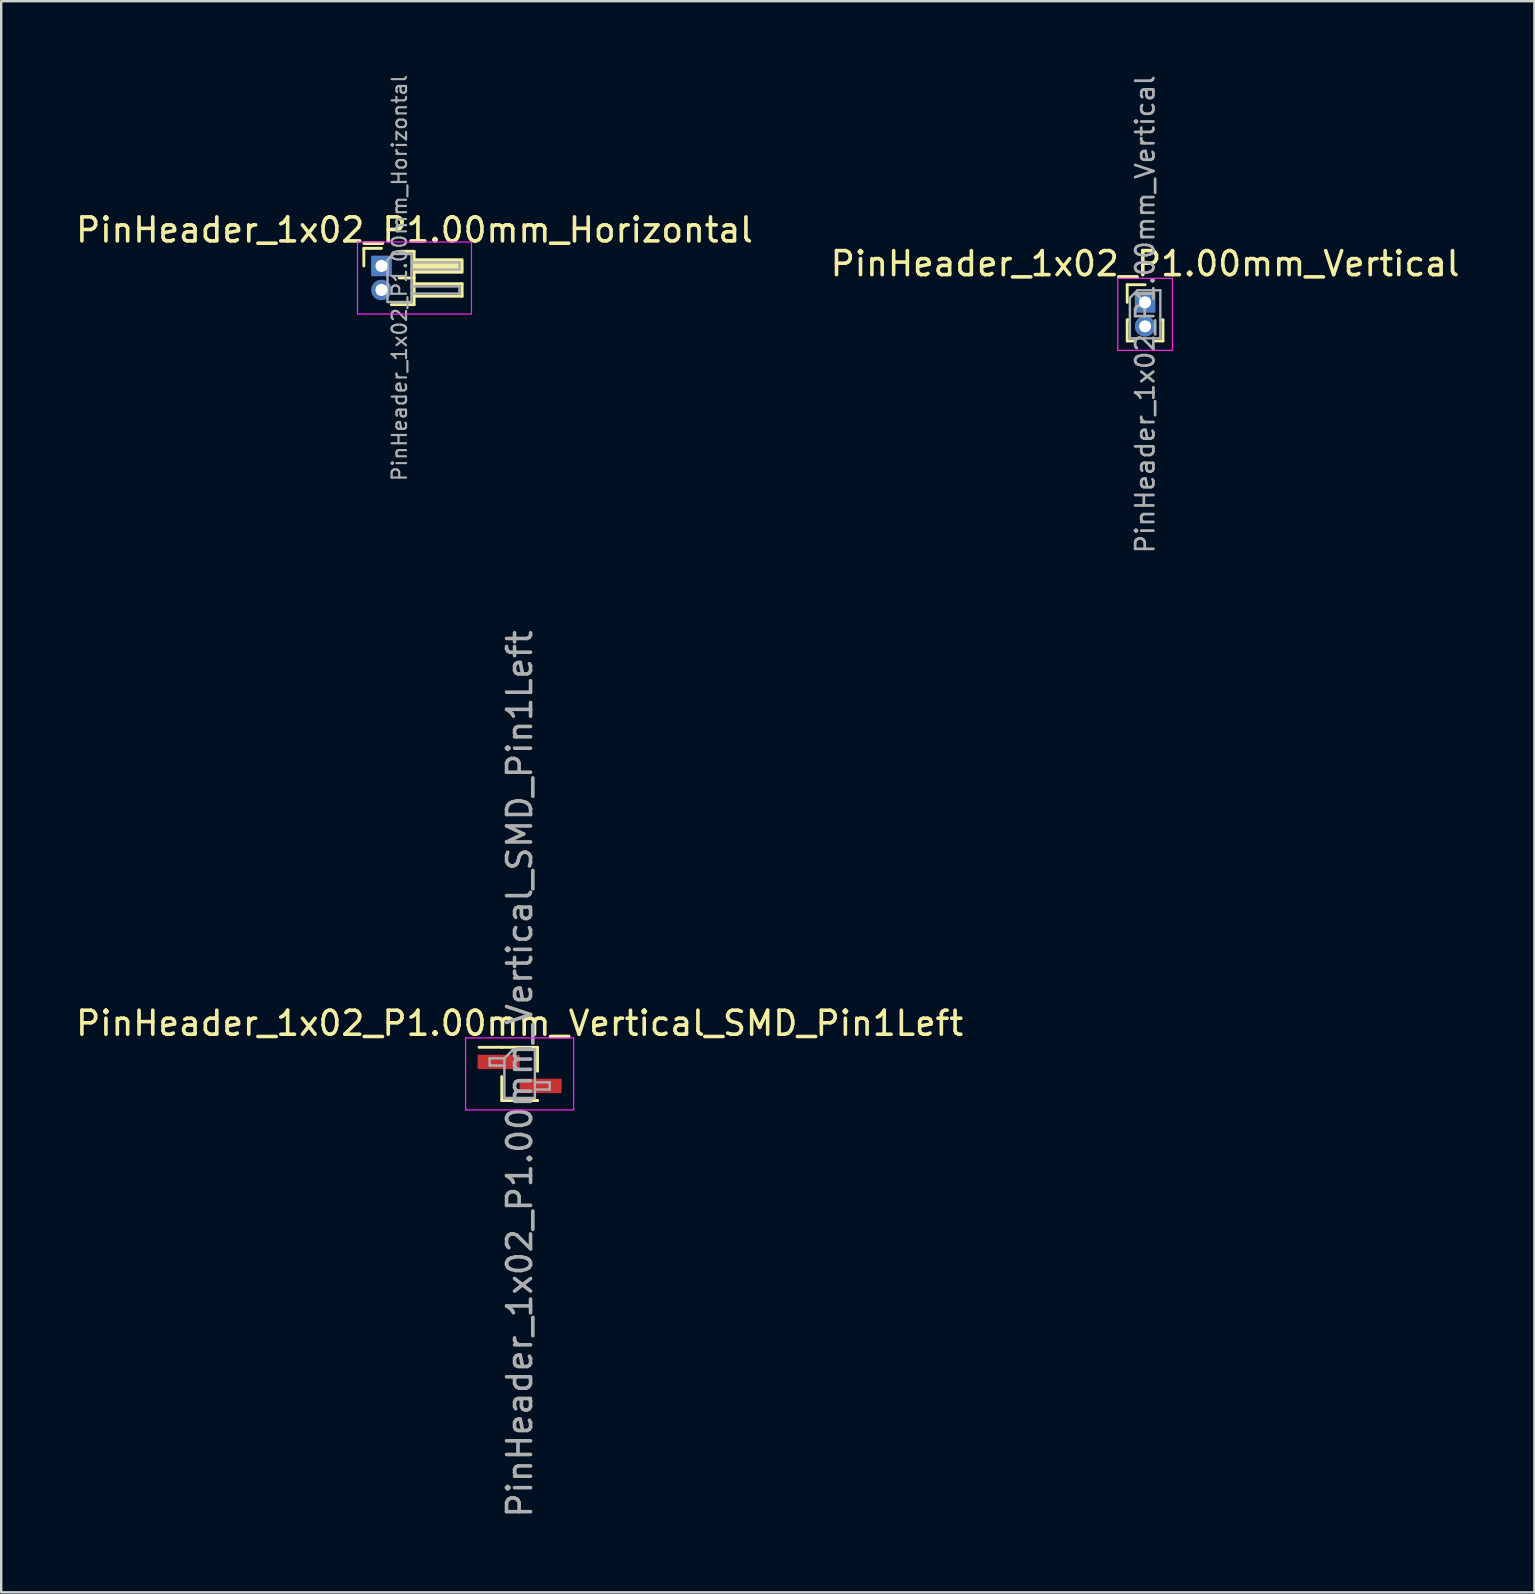
<source format=kicad_pcb>
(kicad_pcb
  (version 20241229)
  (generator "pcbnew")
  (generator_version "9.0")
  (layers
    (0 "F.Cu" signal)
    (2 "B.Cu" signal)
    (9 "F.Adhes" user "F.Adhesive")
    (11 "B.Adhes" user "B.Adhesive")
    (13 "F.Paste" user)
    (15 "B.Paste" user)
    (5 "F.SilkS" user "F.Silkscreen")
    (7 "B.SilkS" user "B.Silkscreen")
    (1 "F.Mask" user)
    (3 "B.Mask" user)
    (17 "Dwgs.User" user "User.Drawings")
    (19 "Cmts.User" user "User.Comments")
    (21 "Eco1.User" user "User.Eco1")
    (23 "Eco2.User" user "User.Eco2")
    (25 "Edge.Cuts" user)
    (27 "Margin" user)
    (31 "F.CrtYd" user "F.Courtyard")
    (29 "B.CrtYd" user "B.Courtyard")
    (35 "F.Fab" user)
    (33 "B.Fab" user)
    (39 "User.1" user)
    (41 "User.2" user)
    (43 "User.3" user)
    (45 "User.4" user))
  (footprint "PinHeader_1x02_P1.00mm_Vertical"
    (layer "F.Cu")
    (at 44.661 9.547)
    (property "Reference" "PinHeader_1x02_P1.00mm_Vertical" (at 0 -1.61 0) (layer "F.SilkS") (effects (font (size 1 1) (thickness 0.15))))
    (attr through_hole)
    (fp_line (start -0.745 -0.735) (end 0 -0.735) (stroke (width 0.12) (type solid)) (layer "F.SilkS"))
    (fp_line (start -0.745 0) (end -0.745 -0.735) (stroke (width 0.12) (type solid)) (layer "F.SilkS"))
    (fp_line (start -0.745 0.735) (end -0.745 1.61) (stroke (width 0.12) (type solid)) (layer "F.SilkS"))
    (fp_line (start -0.745 0.735) (end -0.686 0.735) (stroke (width 0.12) (type solid)) (layer "F.SilkS"))
    (fp_line (start -0.745 1.61) (end -0.41 1.61) (stroke (width 0.12) (type solid)) (layer "F.SilkS"))
    (fp_line (start 0.41 1.61) (end 0.745 1.61) (stroke (width 0.12) (type solid)) (layer "F.SilkS"))
    (fp_line (start 0.686 0.735) (end 0.745 0.735) (stroke (width 0.12) (type solid)) (layer "F.SilkS"))
    (fp_line (start 0.745 0.735) (end 0.745 1.61) (stroke (width 0.12) (type solid)) (layer "F.SilkS"))
    (fp_line (start -1.14 -1) (end -1.14 2) (stroke (width 0.05) (type solid)) (layer "F.CrtYd"))
    (fp_line (start -1.14 2) (end 1.14 2) (stroke (width 0.05) (type solid)) (layer "F.CrtYd"))
    (fp_line (start 1.14 -1) (end -1.14 -1) (stroke (width 0.05) (type solid)) (layer "F.CrtYd"))
    (fp_line (start 1.14 2) (end 1.14 -1) (stroke (width 0.05) (type solid)) (layer "F.CrtYd"))
    (fp_line (start -0.635 -0.182) (end -0.318 -0.5) (stroke (width 0.1) (type solid)) (layer "F.Fab"))
    (fp_line (start -0.635 1.5) (end -0.635 -0.182) (stroke (width 0.1) (type solid)) (layer "F.Fab"))
    (fp_line (start -0.318 -0.5) (end 0.635 -0.5) (stroke (width 0.1) (type solid)) (layer "F.Fab"))
    (fp_line (start 0.635 -0.5) (end 0.635 1.5) (stroke (width 0.1) (type solid)) (layer "F.Fab"))
    (fp_line (start 0.635 1.5) (end -0.635 1.5) (stroke (width 0.1) (type solid)) (layer "F.Fab"))
    (fp_text user "${REFERENCE}" (at 0 0.5 90) (layer "F.Fab") (effects (font (size 0.76 0.76) (thickness 0.114))))
    (pad "1" thru_hole rect (at 0 0) (size 0.85 0.85) (drill 0.5) (layers "*.Cu" "*.Mask"))
    (pad "2" thru_hole circle (at 0 1) (size 0.85 0.85) (drill 0.5) (layers "*.Cu" "*.Mask")))
  (footprint "PinHeader_1x02_P1.00mm_Vertical_SMD_Pin1Left"
    (layer "F.Cu")
    (at 18.601 41.696)
    (property "Reference" "PinHeader_1x02_P1.00mm_Vertical_SMD_Pin1Left" (at 0 -2.11 0) (layer "F.SilkS") (effects (font (size 1 1) (thickness 0.15))))
    (attr smd)
    (fp_line (start -0.745 -1.11) (end -1.69 -1.11) (stroke (width 0.12) (type solid)) (layer "F.SilkS"))
    (fp_line (start -0.745 -1.11) (end -0.745 -1.11) (stroke (width 0.12) (type solid)) (layer "F.SilkS"))
    (fp_line (start -0.745 -1.11) (end 0.745 -1.11) (stroke (width 0.12) (type solid)) (layer "F.SilkS"))
    (fp_line (start -0.745 0.11) (end -0.745 1.11) (stroke (width 0.12) (type solid)) (layer "F.SilkS"))
    (fp_line (start -0.745 1.11) (end 0.745 1.11) (stroke (width 0.12) (type solid)) (layer "F.SilkS"))
    (fp_line (start 0.745 -1.11) (end 0.745 -0.11) (stroke (width 0.12) (type solid)) (layer "F.SilkS"))
    (fp_line (start 0.745 1.11) (end 0.745 1.11) (stroke (width 0.12) (type solid)) (layer "F.SilkS"))
    (fp_line (start -2.25 -1.5) (end -2.25 1.5) (stroke (width 0.05) (type solid)) (layer "F.CrtYd"))
    (fp_line (start -2.25 1.5) (end 2.25 1.5) (stroke (width 0.05) (type solid)) (layer "F.CrtYd"))
    (fp_line (start 2.25 -1.5) (end -2.25 -1.5) (stroke (width 0.05) (type solid)) (layer "F.CrtYd"))
    (fp_line (start 2.25 1.5) (end 2.25 -1.5) (stroke (width 0.05) (type solid)) (layer "F.CrtYd"))
    (fp_line (start -1.25 -0.65) (end -1.25 -0.35) (stroke (width 0.1) (type solid)) (layer "F.Fab"))
    (fp_line (start -1.25 -0.35) (end -0.635 -0.35) (stroke (width 0.1) (type solid)) (layer "F.Fab"))
    (fp_line (start -0.635 -0.65) (end -1.25 -0.65) (stroke (width 0.1) (type solid)) (layer "F.Fab"))
    (fp_line (start -0.635 -0.65) (end -0.285 -1) (stroke (width 0.1) (type solid)) (layer "F.Fab"))
    (fp_line (start -0.635 1) (end -0.635 -0.65) (stroke (width 0.1) (type solid)) (layer "F.Fab"))
    (fp_line (start -0.285 -1) (end 0.635 -1) (stroke (width 0.1) (type solid)) (layer "F.Fab"))
    (fp_line (start 0.635 -1) (end 0.635 1) (stroke (width 0.1) (type solid)) (layer "F.Fab"))
    (fp_line (start 0.635 0.35) (end 1.25 0.35) (stroke (width 0.1) (type solid)) (layer "F.Fab"))
    (fp_line (start 0.635 1) (end -0.635 1) (stroke (width 0.1) (type solid)) (layer "F.Fab"))
    (fp_line (start 1.25 0.35) (end 1.25 0.65) (stroke (width 0.1) (type solid)) (layer "F.Fab"))
    (fp_line (start 1.25 0.65) (end 0.635 0.65) (stroke (width 0.1) (type solid)) (layer "F.Fab"))
    (fp_text user "${REFERENCE}" (at 0 0 90) (layer "F.Fab") (effects (font (size 1 1) (thickness 0.15))))
    (pad "1" smd rect (at -0.875 -0.5) (size 1.75 0.6) (layers "F.Cu" "F.Mask" "F.Paste"))
    (pad "2" smd rect (at 0.875 0.5) (size 1.75 0.6) (layers "F.Cu" "F.Mask" "F.Paste")))
  (footprint "PinHeader_1x02_P1.00mm_Horizontal"
    (layer "F.Cu")
    (at 12.845 8.032)
    (property "Reference" "PinHeader_1x02_P1.00mm_Horizontal" (at 1.375 -1.5 0) (layer "F.SilkS") (effects (font (size 1 1) (thickness 0.15))))
    (attr through_hole)
    (fp_line (start -0.735 -0.735) (end 0 -0.735) (stroke (width 0.12) (type solid)) (layer "F.SilkS"))
    (fp_line (start -0.735 0) (end -0.735 -0.735) (stroke (width 0.12) (type solid)) (layer "F.SilkS"))
    (fp_line (start 0.735 -0.61) (end 1.36 -0.61) (stroke (width 0.12) (type solid)) (layer "F.SilkS"))
    (fp_line (start 0.735 0.5) (end 1.36 0.5) (stroke (width 0.12) (type solid)) (layer "F.SilkS"))
    (fp_line (start 1.36 -0.61) (end 1.36 1.61) (stroke (width 0.12) (type solid)) (layer "F.SilkS"))
    (fp_line (start 1.36 0.74) (end 3.36 0.74) (stroke (width 0.12) (type solid)) (layer "F.SilkS"))
    (fp_line (start 1.36 1.61) (end 0.41 1.61) (stroke (width 0.12) (type solid)) (layer "F.SilkS"))
    (fp_line (start 3.36 0.74) (end 3.36 1.26) (stroke (width 0.12) (type solid)) (layer "F.SilkS"))
    (fp_line (start 3.36 1.26) (end 1.36 1.26) (stroke (width 0.12) (type solid)) (layer "F.SilkS"))
    (fp_rect (start 1.36 -0.26) (end 3.36 0.26) (stroke (width 0.12) (type solid)) (fill yes) (layer "F.SilkS"))
    (fp_line (start -1 -1) (end -1 2) (stroke (width 0.05) (type solid)) (layer "F.CrtYd"))
    (fp_line (start -1 2) (end 3.75 2) (stroke (width 0.05) (type solid)) (layer "F.CrtYd"))
    (fp_line (start 3.75 -1) (end -1 -1) (stroke (width 0.05) (type solid)) (layer "F.CrtYd"))
    (fp_line (start 3.75 2) (end 3.75 -1) (stroke (width 0.05) (type solid)) (layer "F.CrtYd"))
    (fp_line (start -0.15 -0.15) (end -0.15 0.15) (stroke (width 0.1) (type solid)) (layer "F.Fab"))
    (fp_line (start -0.15 -0.15) (end 0.25 -0.15) (stroke (width 0.1) (type solid)) (layer "F.Fab"))
    (fp_line (start -0.15 0.15) (end 0.25 0.15) (stroke (width 0.1) (type solid)) (layer "F.Fab"))
    (fp_line (start -0.15 0.85) (end -0.15 1.15) (stroke (width 0.1) (type solid)) (layer "F.Fab"))
    (fp_line (start -0.15 0.85) (end 0.25 0.85) (stroke (width 0.1) (type solid)) (layer "F.Fab"))
    (fp_line (start -0.15 1.15) (end 0.25 1.15) (stroke (width 0.1) (type solid)) (layer "F.Fab"))
    (fp_line (start 0.25 -0.25) (end 0.5 -0.5) (stroke (width 0.1) (type solid)) (layer "F.Fab"))
    (fp_line (start 0.25 1.5) (end 0.25 -0.25) (stroke (width 0.1) (type solid)) (layer "F.Fab"))
    (fp_line (start 0.5 -0.5) (end 1.25 -0.5) (stroke (width 0.1) (type solid)) (layer "F.Fab"))
    (fp_line (start 1.25 -0.5) (end 1.25 1.5) (stroke (width 0.1) (type solid)) (layer "F.Fab"))
    (fp_line (start 1.25 -0.15) (end 3.25 -0.15) (stroke (width 0.1) (type solid)) (layer "F.Fab"))
    (fp_line (start 1.25 0.15) (end 3.25 0.15) (stroke (width 0.1) (type solid)) (layer "F.Fab"))
    (fp_line (start 1.25 0.85) (end 3.25 0.85) (stroke (width 0.1) (type solid)) (layer "F.Fab"))
    (fp_line (start 1.25 1.15) (end 3.25 1.15) (stroke (width 0.1) (type solid)) (layer "F.Fab"))
    (fp_line (start 1.25 1.5) (end 0.25 1.5) (stroke (width 0.1) (type solid)) (layer "F.Fab"))
    (fp_line (start 3.25 -0.15) (end 3.25 0.15) (stroke (width 0.1) (type solid)) (layer "F.Fab"))
    (fp_line (start 3.25 0.85) (end 3.25 1.15) (stroke (width 0.1) (type solid)) (layer "F.Fab"))
    (fp_text user "${REFERENCE}" (at 0.75 0.5 90) (layer "F.Fab") (effects (font (size 0.6 0.6) (thickness 0.09))))
    (pad "1" thru_hole rect (at 0 0) (size 0.85 0.85) (drill 0.5) (layers "*.Cu" "*.Mask"))
    (pad "2" thru_hole circle (at 0 1) (size 0.85 0.85) (drill 0.5) (layers "*.Cu" "*.Mask")))
  (gr_rect
    (start -3 -3)
    (end 60.881 63.297)
    (stroke (width 0.1) (type default))
    (fill no)
    (layer "Edge.Cuts")))
</source>
